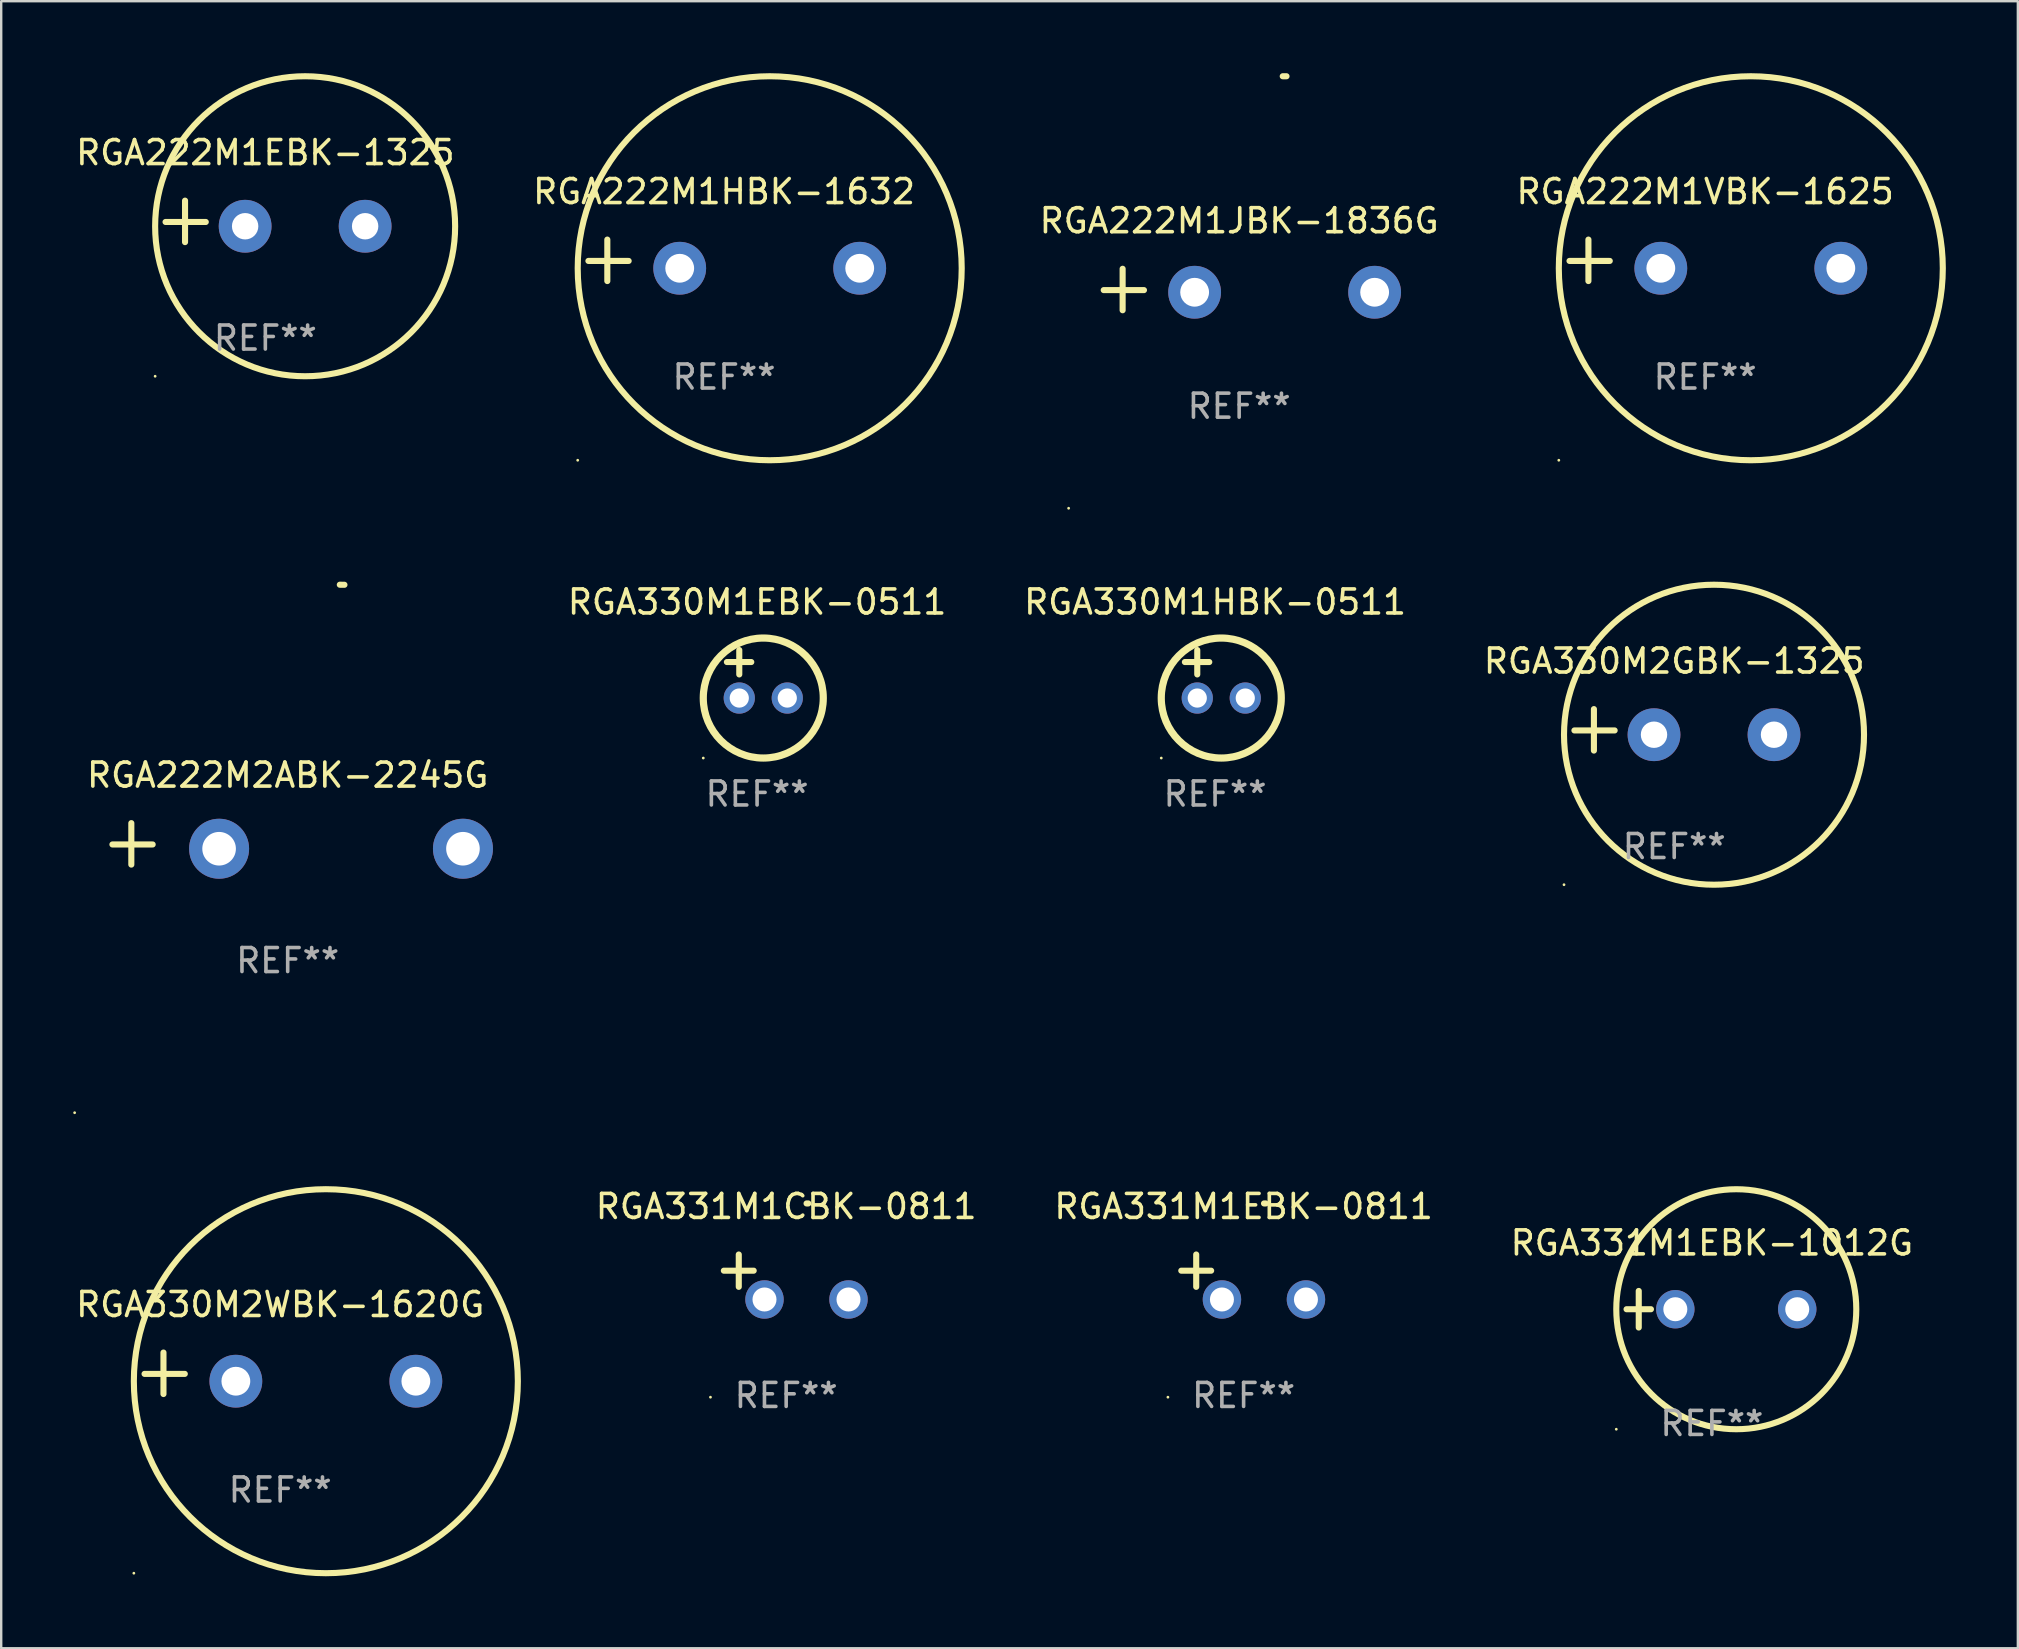
<source format=kicad_pcb>
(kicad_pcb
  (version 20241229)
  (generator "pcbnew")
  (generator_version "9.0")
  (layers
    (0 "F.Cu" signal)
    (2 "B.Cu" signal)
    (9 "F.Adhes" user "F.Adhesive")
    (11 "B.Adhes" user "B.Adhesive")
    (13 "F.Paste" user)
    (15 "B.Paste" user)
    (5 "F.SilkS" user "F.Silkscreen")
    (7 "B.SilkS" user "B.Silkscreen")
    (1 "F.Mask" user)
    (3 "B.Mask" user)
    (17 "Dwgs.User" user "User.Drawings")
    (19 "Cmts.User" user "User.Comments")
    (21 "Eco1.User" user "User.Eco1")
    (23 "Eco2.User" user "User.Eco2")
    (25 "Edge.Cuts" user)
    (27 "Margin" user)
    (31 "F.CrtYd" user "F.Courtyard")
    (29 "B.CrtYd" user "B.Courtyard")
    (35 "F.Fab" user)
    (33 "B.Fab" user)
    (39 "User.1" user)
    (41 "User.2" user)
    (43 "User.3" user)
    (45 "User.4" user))
  (footprint "RGA330M2WBK-1620G"
    (layer "F.Cu")
    (at 8.625 54.17)
    (property "Reference" "RGA330M2WBK-1620G" (at 0 -2.864 0) (layer "F.SilkS") (effects (font (size 1 1) (thickness 0.15))))
    (attr through_hole)
    (fp_line (start -4.864 0.864) (end -4.864 -0.864) (stroke (width 0.254) (type solid)) (layer "F.SilkS"))
    (fp_line (start -3.975 0.025) (end -5.652 0.025) (stroke (width 0.254) (type solid)) (layer "F.SilkS"))
    (fp_circle (center -6.098 8.33) (end -6.068 8.33) (stroke (width 0.06) (type solid)) (fill no) (layer "F.SilkS"))
    (fp_circle (center 1.902 0.33) (end 9.902 0.33) (stroke (width 0.254) (type solid)) (fill no) (layer "F.SilkS"))
    (fp_text user "REF**" (at 0 4.864 0) (layer "F.Fab") (effects (font (size 1 1) (thickness 0.15))))
    (pad "1" thru_hole circle (at -1.848 0.33) (size 2.2 2.2) (drill 1.2) (layers "*.Cu" "*.Mask"))
    (pad "2" thru_hole circle (at 5.652 0.33) (size 2.2 2.2) (drill 1.2) (layers "*.Cu" "*.Mask")))
  (footprint "RGA330M2GBK-1325"
    (layer "F.Cu")
    (at 66.709 27.36)
    (property "Reference" "RGA330M2GBK-1325" (at 0 -2.864 0) (layer "F.SilkS") (effects (font (size 1 1) (thickness 0.15))))
    (attr through_hole)
    (fp_line (start -3.346 0.864) (end -3.346 -0.864) (stroke (width 0.254) (type solid)) (layer "F.SilkS"))
    (fp_line (start -2.482 0.025) (end -4.158 0.025) (stroke (width 0.254) (type solid)) (layer "F.SilkS"))
    (fp_circle (center -4.592 6.453) (end -4.562 6.453) (stroke (width 0.06) (type solid)) (fill no) (layer "F.SilkS"))
    (fp_circle (center 1.658 0.203) (end 7.908 0.203) (stroke (width 0.254) (type solid)) (fill no) (layer "F.SilkS"))
    (fp_text user "REF**" (at 0 4.864 0) (layer "F.Fab") (effects (font (size 1 1) (thickness 0.15))))
    (pad "1" thru_hole circle (at -0.842 0.203) (size 2.2 2.2) (drill 1.1) (layers "*.Cu" "*.Mask"))
    (pad "2" thru_hole circle (at 4.158 0.203) (size 2.2 2.2) (drill 1.1) (layers "*.Cu" "*.Mask")))
  (footprint "RGA222M1EBK-1325"
    (layer "F.Cu")
    (at 8.006 6.174)
    (property "Reference" "RGA222M1EBK-1325" (at 0 -2.864 0) (layer "F.SilkS") (effects (font (size 1 1) (thickness 0.15))))
    (attr through_hole)
    (fp_line (start -3.346 0.864) (end -3.346 -0.864) (stroke (width 0.254) (type solid)) (layer "F.SilkS"))
    (fp_line (start -2.482 0.025) (end -4.158 0.025) (stroke (width 0.254) (type solid)) (layer "F.SilkS"))
    (fp_circle (center -4.592 6.453) (end -4.562 6.453) (stroke (width 0.06) (type solid)) (fill no) (layer "F.SilkS"))
    (fp_circle (center 1.658 0.203) (end 7.908 0.203) (stroke (width 0.254) (type solid)) (fill no) (layer "F.SilkS"))
    (fp_text user "REF**" (at 0 4.864 0) (layer "F.Fab") (effects (font (size 1 1) (thickness 0.15))))
    (pad "1" thru_hole circle (at -0.842 0.203) (size 2.2 2.2) (drill 1.1) (layers "*.Cu" "*.Mask"))
    (pad "2" thru_hole circle (at 4.158 0.203) (size 2.2 2.2) (drill 1.1) (layers "*.Cu" "*.Mask")))
  (footprint "RGA222M2ABK-2245G"
    (layer "F.Cu")
    (at 8.937 32.111)
    (property "Reference" "RGA222M2ABK-2245G" (at 0 -2.864 0) (layer "F.SilkS") (effects (font (size 1 1) (thickness 0.15))))
    (attr through_hole)
    (fp_line (start -6.515 0.864) (end -6.515 -0.864) (stroke (width 0.254) (type solid)) (layer "F.SilkS"))
    (fp_line (start -5.626 0.025) (end -7.303 0.025) (stroke (width 0.254) (type solid)) (layer "F.SilkS"))
    (fp_arc (start 2.171704 -10.797562) (mid 2.268229 -10.796706) (end 2.364744 -10.795022) (stroke (width 0.254001) (type solid)) (layer "F.SilkS"))
    (fp_circle (center -8.877 11.202) (end -8.847 11.202) (stroke (width 0.06) (type solid)) (fill no) (layer "F.SilkS"))
    (fp_text user "REF**" (at 0 4.864 0) (layer "F.Fab") (effects (font (size 1 1) (thickness 0.15))))
    (pad "1" thru_hole circle (at -2.858 0.203) (size 2.5 2.5) (drill 1.4) (layers "*.Cu" "*.Mask"))
    (pad "2" thru_hole circle (at 7.303 0.203) (size 2.5 2.5) (drill 1.4) (layers "*.Cu" "*.Mask")))
  (footprint "RGA331M1EBK-1012G"
    (layer "F.Cu")
    (at 68.279 51.501)
    (property "Reference" "RGA331M1EBK-1012G" (at 0 -2.762 0) (layer "F.SilkS") (effects (font (size 1 1) (thickness 0.15))))
    (attr through_hole)
    (fp_line (start -3.556 0) (end -2.54 0) (stroke (width 0.254) (type solid)) (layer "F.SilkS"))
    (fp_line (start -3.048 -0.762) (end -3.048 0.762) (stroke (width 0.254) (type solid)) (layer "F.SilkS"))
    (fp_circle (center -3.984 5) (end -3.954 5) (stroke (width 0.06) (type solid)) (fill no) (layer "F.SilkS"))
    (fp_circle (center 1.016 0) (end 6.016 0) (stroke (width 0.254) (type solid)) (fill no) (layer "F.SilkS"))
    (fp_text user "REF**" (at 0 4.762 0) (layer "F.Fab") (effects (font (size 1 1) (thickness 0.15))))
    (pad "1" thru_hole circle (at -1.524 0) (size 1.6 1.6) (drill 1) (layers "*.Cu" "*.Mask"))
    (pad "2" thru_hole circle (at 3.556 0) (size 1.6 1.6) (drill 1) (layers "*.Cu" "*.Mask")))
  (footprint "RGA330M1HBK-0511"
    (layer "F.Cu")
    (at 47.578 25.035)
    (property "Reference" "RGA330M1HBK-0511" (at 0 -3 0) (layer "F.SilkS") (effects (font (size 1 1) (thickness 0.15))))
    (attr through_hole)
    (fp_line (start -1.258 -0.5) (end -0.242 -0.5) (stroke (width 0.254) (type solid)) (layer "F.SilkS"))
    (fp_line (start -0.742 -1) (end -0.742 0.016) (stroke (width 0.254) (type solid)) (layer "F.SilkS"))
    (fp_circle (center -2.242 3.5) (end -2.212 3.5) (stroke (width 0.06) (type solid)) (fill no) (layer "F.SilkS"))
    (fp_circle (center 0.258 1) (end 2.758 1) (stroke (width 0.3) (type solid)) (fill no) (layer "F.SilkS"))
    (fp_text user "REF**" (at 0 5 0) (layer "F.Fab") (effects (font (size 1 1) (thickness 0.15))))
    (pad "1" thru_hole circle (at -0.742 1) (size 1.3 1.3) (drill 0.8) (layers "*.Cu" "*.Mask"))
    (pad "2" thru_hole circle (at 1.258 1) (size 1.3 1.3) (drill 0.8) (layers "*.Cu" "*.Mask")))
  (footprint "RGA331M1CBK-0811"
    (layer "F.Cu")
    (at 29.707 50.158)
    (property "Reference" "RGA331M1CBK-0811" (at 0 -2.937 0) (layer "F.SilkS") (effects (font (size 1 1) (thickness 0.15))))
    (attr through_hole)
    (fp_line (start -1.975 0.41) (end -1.975 -0.937) (stroke (width 0.254) (type solid)) (layer "F.SilkS"))
    (fp_line (start -1.353 -0.263) (end -2.597 -0.263) (stroke (width 0.254) (type solid)) (layer "F.SilkS"))
    (fp_arc (start 0.849809 -3.063957) (mid 0.885369 -3.064114) (end 0.920929 -3.063957) (stroke (width 0.254001) (type solid)) (layer "F.SilkS"))
    (fp_circle (center -3.154 5.008) (end -3.124 5.008) (stroke (width 0.06) (type solid)) (fill no) (layer "F.SilkS"))
    (fp_text user "REF**" (at 0 4.937 0) (layer "F.Fab") (effects (font (size 1 1) (thickness 0.15))))
    (pad "1" thru_hole circle (at -0.903 0.937) (size 1.6 1.6) (drill 1) (layers "*.Cu" "*.Mask"))
    (pad "2" thru_hole circle (at 2.597 0.937) (size 1.6 1.6) (drill 1) (layers "*.Cu" "*.Mask")))
  (footprint "RGA330M1EBK-0511"
    (layer "F.Cu")
    (at 28.495 25.035)
    (property "Reference" "RGA330M1EBK-0511" (at 0 -3 0) (layer "F.SilkS") (effects (font (size 1 1) (thickness 0.15))))
    (attr through_hole)
    (fp_line (start -1.258 -0.5) (end -0.242 -0.5) (stroke (width 0.254) (type solid)) (layer "F.SilkS"))
    (fp_line (start -0.742 -1) (end -0.742 0.016) (stroke (width 0.254) (type solid)) (layer "F.SilkS"))
    (fp_circle (center -2.242 3.5) (end -2.212 3.5) (stroke (width 0.06) (type solid)) (fill no) (layer "F.SilkS"))
    (fp_circle (center 0.258 1) (end 2.758 1) (stroke (width 0.3) (type solid)) (fill no) (layer "F.SilkS"))
    (fp_text user "REF**" (at 0 5 0) (layer "F.Fab") (effects (font (size 1 1) (thickness 0.15))))
    (pad "1" thru_hole circle (at -0.742 1) (size 1.3 1.3) (drill 0.8) (layers "*.Cu" "*.Mask"))
    (pad "2" thru_hole circle (at 1.258 1) (size 1.3 1.3) (drill 0.8) (layers "*.Cu" "*.Mask")))
  (footprint "RGA331M1EBK-0811"
    (layer "F.Cu")
    (at 48.767 50.158)
    (property "Reference" "RGA331M1EBK-0811" (at 0 -2.937 0) (layer "F.SilkS") (effects (font (size 1 1) (thickness 0.15))))
    (attr through_hole)
    (fp_line (start -1.975 0.41) (end -1.975 -0.937) (stroke (width 0.254) (type solid)) (layer "F.SilkS"))
    (fp_line (start -1.353 -0.263) (end -2.597 -0.263) (stroke (width 0.254) (type solid)) (layer "F.SilkS"))
    (fp_arc (start 0.849809 -3.063957) (mid 0.885369 -3.064114) (end 0.920929 -3.063957) (stroke (width 0.254001) (type solid)) (layer "F.SilkS"))
    (fp_circle (center -3.154 5.008) (end -3.124 5.008) (stroke (width 0.06) (type solid)) (fill no) (layer "F.SilkS"))
    (fp_text user "REF**" (at 0 4.937 0) (layer "F.Fab") (effects (font (size 1 1) (thickness 0.15))))
    (pad "1" thru_hole circle (at -0.903 0.937) (size 1.6 1.6) (drill 1) (layers "*.Cu" "*.Mask"))
    (pad "2" thru_hole circle (at 2.597 0.937) (size 1.6 1.6) (drill 1) (layers "*.Cu" "*.Mask")))
  (footprint "RGA222M1JBK-1836G"
    (layer "F.Cu")
    (at 48.582 9.013)
    (property "Reference" "RGA222M1JBK-1836G" (at 0 -2.864 0) (layer "F.SilkS") (effects (font (size 1 1) (thickness 0.15))))
    (attr through_hole)
    (fp_line (start -4.856 0.864) (end -4.856 -0.864) (stroke (width 0.254) (type solid)) (layer "F.SilkS"))
    (fp_line (start -3.967 0.025) (end -5.644 0.025) (stroke (width 0.254) (type solid)) (layer "F.SilkS"))
    (fp_arc (start 1.815024 -8.885649) (mid 1.893764 -8.88599) (end 1.972504 -8.885649) (stroke (width 0.254001) (type solid)) (layer "F.SilkS"))
    (fp_circle (center -7.106 9.114) (end -7.076 9.114) (stroke (width 0.06) (type solid)) (fill no) (layer "F.SilkS"))
    (fp_text user "REF**" (at 0 4.864 0) (layer "F.Fab") (effects (font (size 1 1) (thickness 0.15))))
    (pad "1" thru_hole circle (at -1.856 0.114) (size 2.2 2.2) (drill 1.2) (layers "*.Cu" "*.Mask"))
    (pad "2" thru_hole circle (at 5.644 0.114) (size 2.2 2.2) (drill 1.2) (layers "*.Cu" "*.Mask")))
  (footprint "RGA222M1VBK-1625"
    (layer "F.Cu")
    (at 67.998 7.797)
    (property "Reference" "RGA222M1VBK-1625" (at 0 -2.864 0) (layer "F.SilkS") (effects (font (size 1 1) (thickness 0.15))))
    (attr through_hole)
    (fp_line (start -4.864 0.864) (end -4.864 -0.864) (stroke (width 0.254) (type solid)) (layer "F.SilkS"))
    (fp_line (start -3.975 0.025) (end -5.652 0.025) (stroke (width 0.254) (type solid)) (layer "F.SilkS"))
    (fp_circle (center -6.098 8.33) (end -6.068 8.33) (stroke (width 0.06) (type solid)) (fill no) (layer "F.SilkS"))
    (fp_circle (center 1.902 0.33) (end 9.902 0.33) (stroke (width 0.254) (type solid)) (fill no) (layer "F.SilkS"))
    (fp_text user "REF**" (at 0 4.864 0) (layer "F.Fab") (effects (font (size 1 1) (thickness 0.15))))
    (pad "1" thru_hole circle (at -1.848 0.33) (size 2.2 2.2) (drill 1.2) (layers "*.Cu" "*.Mask"))
    (pad "2" thru_hole circle (at 5.652 0.33) (size 2.2 2.2) (drill 1.2) (layers "*.Cu" "*.Mask")))
  (footprint "RGA222M1HBK-1632"
    (layer "F.Cu")
    (at 27.119 7.797)
    (property "Reference" "RGA222M1HBK-1632" (at 0 -2.864 0) (layer "F.SilkS") (effects (font (size 1 1) (thickness 0.15))))
    (attr through_hole)
    (fp_line (start -4.864 0.864) (end -4.864 -0.864) (stroke (width 0.254) (type solid)) (layer "F.SilkS"))
    (fp_line (start -3.975 0.025) (end -5.652 0.025) (stroke (width 0.254) (type solid)) (layer "F.SilkS"))
    (fp_circle (center -6.098 8.33) (end -6.068 8.33) (stroke (width 0.06) (type solid)) (fill no) (layer "F.SilkS"))
    (fp_circle (center 1.902 0.33) (end 9.902 0.33) (stroke (width 0.254) (type solid)) (fill no) (layer "F.SilkS"))
    (fp_text user "REF**" (at 0 4.864 0) (layer "F.Fab") (effects (font (size 1 1) (thickness 0.15))))
    (pad "1" thru_hole circle (at -1.848 0.33) (size 2.2 2.2) (drill 1.2) (layers "*.Cu" "*.Mask"))
    (pad "2" thru_hole circle (at 5.652 0.33) (size 2.2 2.2) (drill 1.2) (layers "*.Cu" "*.Mask")))
  (gr_rect
    (start -3 -3)
    (end 81.027 65.628)
    (stroke (width 0.1) (type default))
    (fill no)
    (layer "Edge.Cuts")))
</source>
